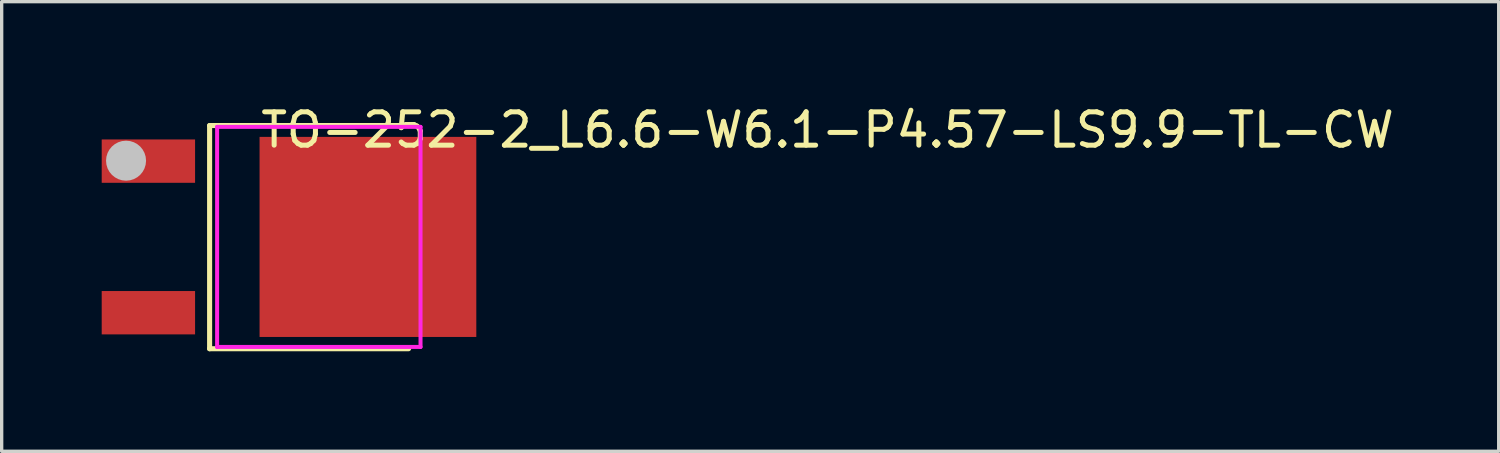
<source format=kicad_pcb>
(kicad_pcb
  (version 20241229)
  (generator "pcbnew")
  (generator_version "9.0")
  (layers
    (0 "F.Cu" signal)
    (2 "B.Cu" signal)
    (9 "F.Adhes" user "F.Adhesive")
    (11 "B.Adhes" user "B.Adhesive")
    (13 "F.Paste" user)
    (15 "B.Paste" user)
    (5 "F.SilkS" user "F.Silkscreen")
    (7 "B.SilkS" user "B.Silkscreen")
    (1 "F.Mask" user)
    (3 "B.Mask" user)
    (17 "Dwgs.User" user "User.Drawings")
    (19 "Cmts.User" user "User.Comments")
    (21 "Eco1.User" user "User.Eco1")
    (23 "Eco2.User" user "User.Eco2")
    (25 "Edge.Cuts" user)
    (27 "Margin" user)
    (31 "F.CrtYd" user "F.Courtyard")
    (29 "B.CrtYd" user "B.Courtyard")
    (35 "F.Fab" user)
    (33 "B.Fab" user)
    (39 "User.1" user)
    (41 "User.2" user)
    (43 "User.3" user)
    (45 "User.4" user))
  (footprint "TO-252-2_L6.6-W6.1-P4.57-LS9.9-TL-CW"
    (layer "F.Cu")
    (at 4.692 4.055)
    (property "Reference" "TO-252-2_L6.6-W6.1-P4.57-LS9.9-TL-CW" (at 0 -3.207 0) (layer "F.SilkS") (effects (font (size 1 1) (thickness 0.15)) (justify left)))
    (attr through_hole)
    (fp_line (start -1.456 -3.34) (end -1.456 3.353) (stroke (width 0.152) (type solid)) (layer "F.SilkS"))
    (fp_line (start 4.511 -3.34) (end -1.456 -3.34) (stroke (width 0.152) (type solid)) (layer "F.SilkS"))
    (fp_line (start 4.511 3.353) (end -1.456 3.353) (stroke (width 0.152) (type solid)) (layer "F.SilkS"))
    (fp_circle (center -3.962 -2.286) (end -3.662 -2.286) (stroke (width 0.6) (type solid)) (fill no) (layer "Dwgs.User"))
    (fp_line (start -2.474 1.968) (end -1.224 1.968) (stroke (width 0.12) (type solid)) (layer "Eco2.User"))
    (fp_line (start -2.474 2.667) (end -2.474 1.968) (stroke (width 0.12) (type solid)) (layer "Eco2.User"))
    (fp_line (start -2.448 -2.629) (end -1.198 -2.629) (stroke (width 0.12) (type solid)) (layer "Eco2.User"))
    (fp_line (start -2.448 -1.93) (end -2.448 -2.629) (stroke (width 0.12) (type solid)) (layer "Eco2.User"))
    (fp_line (start -1.224 1.968) (end -1.224 2.667) (stroke (width 0.12) (type solid)) (layer "Eco2.User"))
    (fp_line (start -1.224 2.667) (end -2.474 2.667) (stroke (width 0.12) (type solid)) (layer "Eco2.User"))
    (fp_line (start -1.198 -2.629) (end -1.198 -1.93) (stroke (width 0.12) (type solid)) (layer "Eco2.User"))
    (fp_line (start -1.198 -1.93) (end -2.448 -1.93) (stroke (width 0.12) (type solid)) (layer "Eco2.User"))
    (fp_circle (center -3.998 -3.3) (end -3.968 -3.3) (stroke (width 0.06) (type solid)) (fill no) (layer "Eco2.User"))
    (fp_poly (pts (xy -3.998 -1.93) (xy -3.998 -2.629) (xy -2.408 -2.629) (xy -2.408 -1.93)) (stroke (width 0.12) (type solid)) (fill no) (layer "Eco2.User"))
    (fp_poly (pts (xy -3.998 2.667) (xy -3.998 1.968) (xy -2.408 1.968) (xy -2.408 2.667)) (stroke (width 0.12) (type solid)) (fill no) (layer "Eco2.User"))
    (fp_poly (pts (xy 0.727 2.667) (xy 0.727 -2.668) (xy 5.403 -2.668) (xy 5.937 -2.135) (xy 5.937 2.133) (xy 5.403 2.667)) (stroke (width 0.12) (type solid)) (fill no) (layer "Eco2.User"))
    (fp_line (start -1.231 -3.3) (end 4.869 -3.3) (stroke (width 0.12) (type solid)) (layer "F.CrtYd"))
    (fp_line (start -1.231 3.3) (end -1.231 -3.3) (stroke (width 0.12) (type solid)) (layer "F.CrtYd"))
    (fp_line (start 4.869 -3.3) (end 4.869 3.3) (stroke (width 0.12) (type solid)) (layer "F.CrtYd"))
    (fp_line (start 4.869 3.3) (end -1.231 3.3) (stroke (width 0.12) (type solid)) (layer "F.CrtYd"))
    (pad "1" smd rect (at -3.292 -2.273) (size 2.8 1.3) (layers "F.Cu" "F.Mask" "F.Paste"))
    (pad "2" smd rect (at 3.292 0) (size 6.5 6) (layers "F.Cu" "F.Mask" "F.Paste"))
    (pad "3" smd rect (at -3.292 2.273) (size 2.8 1.3) (layers "F.Cu" "F.Mask" "F.Paste")))
  (gr_rect
    (start -3 -3)
    (end 41.894 10.484)
    (stroke (width 0.1) (type default))
    (fill no)
    (layer "Edge.Cuts")))
</source>
